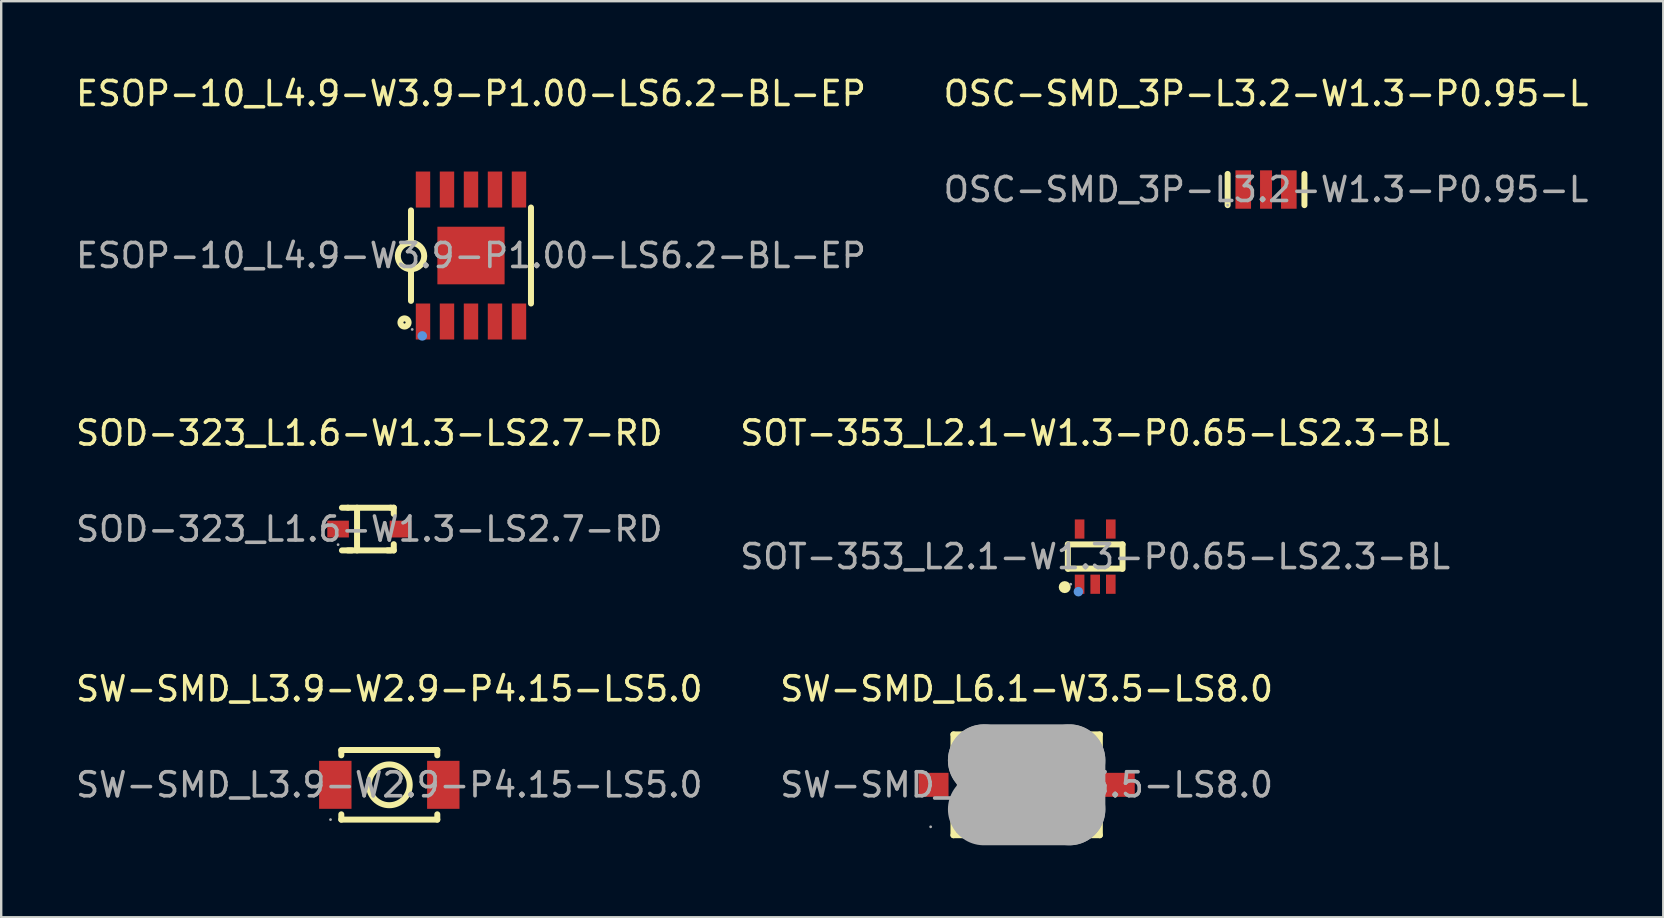
<source format=kicad_pcb>
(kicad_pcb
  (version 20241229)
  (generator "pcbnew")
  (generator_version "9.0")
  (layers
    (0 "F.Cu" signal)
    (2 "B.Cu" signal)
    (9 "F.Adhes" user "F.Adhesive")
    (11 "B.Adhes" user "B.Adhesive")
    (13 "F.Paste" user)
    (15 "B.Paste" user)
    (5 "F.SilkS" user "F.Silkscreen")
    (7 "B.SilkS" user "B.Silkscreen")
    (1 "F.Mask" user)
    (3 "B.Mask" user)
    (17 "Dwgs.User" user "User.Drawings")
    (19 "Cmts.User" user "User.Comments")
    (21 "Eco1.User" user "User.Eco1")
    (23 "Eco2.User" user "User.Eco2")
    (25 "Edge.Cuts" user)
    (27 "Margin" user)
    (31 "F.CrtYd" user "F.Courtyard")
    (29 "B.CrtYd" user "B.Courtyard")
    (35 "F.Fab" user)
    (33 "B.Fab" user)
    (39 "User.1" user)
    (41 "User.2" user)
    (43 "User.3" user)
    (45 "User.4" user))
  (footprint "SW-SMD_L3.9-W2.9-P4.15-LS5.0"
    (layer "F.Cu")
    (at 13.173 29.655)
    (property "Reference" "SW-SMD_L3.9-W2.9-P4.15-LS5.0" (at 0 -4 0) (layer "F.SilkS") (effects (font (size 1 1) (thickness 0.15))))
    (attr smd)
    (fp_line (start -2 -1.45) (end -2 -1.23) (stroke (width 0.25) (type solid)) (layer "F.SilkS"))
    (fp_line (start -2 -1.45) (end 2 -1.45) (stroke (width 0.25) (type solid)) (layer "F.SilkS"))
    (fp_line (start -2 1.23) (end -2 1.45) (stroke (width 0.25) (type solid)) (layer "F.SilkS"))
    (fp_line (start -2 1.45) (end 2 1.45) (stroke (width 0.25) (type solid)) (layer "F.SilkS"))
    (fp_line (start 2 -1.45) (end 2 -1.23) (stroke (width 0.25) (type solid)) (layer "F.SilkS"))
    (fp_line (start 2 1.23) (end 2 1.45) (stroke (width 0.25) (type solid)) (layer "F.SilkS"))
    (fp_circle (center 0 0) (end 0.85 0) (stroke (width 0.25) (type solid)) (fill no) (layer "F.SilkS"))
    (fp_circle (center -2.45 1.45) (end -2.42 1.45) (stroke (width 0.06) (type solid)) (fill no) (layer "F.Fab"))
    (fp_text user "${REFERENCE}" (at 0 0 0) (layer "F.Fab") (effects (font (size 1 1) (thickness 0.15))))
    (pad "1" smd rect (at -2.25 0) (size 1.35 2) (layers "F.Cu" "F.Mask" "F.Paste"))
    (pad "2" smd rect (at 2.25 0) (size 1.35 2) (layers "F.Cu" "F.Mask" "F.Paste")))
  (footprint "SOD-323_L1.6-W1.3-LS2.7-RD"
    (layer "F.Cu")
    (at 12.339 18.997)
    (property "Reference" "SOD-323_L1.6-W1.3-LS2.7-RD" (at 0 -4 0) (layer "F.SilkS") (effects (font (size 1 1) (thickness 0.15))))
    (attr smd)
    (fp_line (start -0.89 -0.89) (end -1.14 -0.89) (stroke (width 0.25) (type solid)) (layer "F.SilkS"))
    (fp_line (start -0.89 -0.89) (end 0.89 -0.89) (stroke (width 0.25) (type solid)) (layer "F.SilkS"))
    (fp_line (start -0.89 0.89) (end 0.89 0.89) (stroke (width 0.25) (type solid)) (layer "F.SilkS"))
    (fp_line (start -0.73 0.89) (end -1.14 0.89) (stroke (width 0.25) (type solid)) (layer "F.SilkS"))
    (fp_line (start -0.51 -0.89) (end -0.51 0.89) (stroke (width 0.25) (type solid)) (layer "F.SilkS"))
    (fp_line (start 0.76 0.89) (end 1.02 0.89) (stroke (width 0.25) (type solid)) (layer "F.SilkS"))
    (fp_line (start 0.89 -0.89) (end 1.02 -0.89) (stroke (width 0.25) (type solid)) (layer "F.SilkS"))
    (fp_line (start 1.02 -0.89) (end 1.02 -0.63) (stroke (width 0.25) (type solid)) (layer "F.SilkS"))
    (fp_line (start 1.02 0.89) (end 1.02 0.63) (stroke (width 0.25) (type solid)) (layer "F.SilkS"))
    (fp_circle (center -1.3 0.65) (end -1.27 0.65) (stroke (width 0.06) (type solid)) (fill no) (layer "F.Fab"))
    (fp_text user "${REFERENCE}" (at 0 0 0) (layer "F.Fab") (effects (font (size 1 1) (thickness 0.15))))
    (pad "1" smd rect (at -1.3 0) (size 0.9 0.7) (layers "F.Cu" "F.Mask" "F.Paste"))
    (pad "2" smd rect (at 1.3 0) (size 0.9 0.7) (layers "F.Cu" "F.Mask" "F.Paste")))
  (footprint "OSC-SMD_3P-L3.2-W1.3-P0.95-L"
    (layer "F.Cu")
    (at 49.708 4.848)
    (property "Reference" "OSC-SMD_3P-L3.2-W1.3-P0.95-L" (at 0 -4 0) (layer "F.SilkS") (effects (font (size 1 1) (thickness 0.15))))
    (attr smd)
    (fp_line (start -1.6 -0.65) (end -1.6 0.65) (stroke (width 0.25) (type solid)) (layer "F.SilkS"))
    (fp_line (start 1.6 0.65) (end 1.6 -0.65) (stroke (width 0.25) (type solid)) (layer "F.SilkS"))
    (fp_circle (center -1.6 0.65) (end -1.57 0.65) (stroke (width 0.06) (type solid)) (fill no) (layer "F.Fab"))
    (fp_text user "${REFERENCE}" (at 0 0 0) (layer "F.Fab") (effects (font (size 1 1) (thickness 0.15))))
    (pad "1" smd rect (at -0.95 0 90) (size 1.6 0.65) (layers "F.Cu" "F.Mask" "F.Paste"))
    (pad "2" smd rect (at 0 0 90) (size 1.6 0.5) (layers "F.Cu" "F.Mask" "F.Paste"))
    (pad "3" smd rect (at 0.95 0 90) (size 1.6 0.65) (layers "F.Cu" "F.Mask" "F.Paste")))
  (footprint "ESOP-10_L4.9-W3.9-P1.00-LS6.2-BL-EP"
    (layer "F.Cu")
    (at 16.577 7.598)
    (property "Reference" "ESOP-10_L4.9-W3.9-P1.00-LS6.2-BL-EP" (at 0 -6.75 0) (layer "F.SilkS") (effects (font (size 1 1) (thickness 0.15))))
    (attr smd)
    (fp_line (start -2.5 -0.52) (end -2.5 -1.88) (stroke (width 0.25) (type solid)) (layer "F.SilkS"))
    (fp_line (start -2.5 1.89) (end -2.5 0.57) (stroke (width 0.25) (type solid)) (layer "F.SilkS"))
    (fp_line (start 2.5 -2) (end 2.5 2) (stroke (width 0.25) (type solid)) (layer "F.SilkS"))
    (fp_arc (start -2.509599 0.569916) (mid -2.4952 -0.529979) (end -2.5 0.57) (stroke (width 0.25) (type solid)) (layer "F.SilkS"))
    (fp_circle (center -2.77 2.79) (end -2.6 2.79) (stroke (width 0.25) (type solid)) (fill no) (layer "F.SilkS"))
    (fp_circle (center -2.03 3.35) (end -1.93 3.35) (stroke (width 0.2) (type solid)) (fill no) (layer "Cmts.User"))
    (fp_circle (center -2.45 3.08) (end -2.42 3.08) (stroke (width 0.06) (type solid)) (fill no) (layer "F.Fab"))
    (fp_text user "${REFERENCE}" (at 0 0 0) (layer "F.Fab") (effects (font (size 1 1) (thickness 0.15))))
    (pad "1" smd rect (at -2 2.75) (size 0.6 1.5) (layers "F.Cu" "F.Mask" "F.Paste"))
    (pad "2" smd rect (at -1 2.75) (size 0.6 1.5) (layers "F.Cu" "F.Mask" "F.Paste"))
    (pad "3" smd rect (at 0 2.75) (size 0.6 1.5) (layers "F.Cu" "F.Mask" "F.Paste"))
    (pad "4" smd rect (at 1 2.75) (size 0.6 1.5) (layers "F.Cu" "F.Mask" "F.Paste"))
    (pad "5" smd rect (at 2 2.75) (size 0.6 1.5) (layers "F.Cu" "F.Mask" "F.Paste"))
    (pad "6" smd rect (at 2 -2.75) (size 0.6 1.5) (layers "F.Cu" "F.Mask" "F.Paste"))
    (pad "7" smd rect (at 1 -2.75) (size 0.6 1.5) (layers "F.Cu" "F.Mask" "F.Paste"))
    (pad "8" smd rect (at 0 -2.75) (size 0.6 1.5) (layers "F.Cu" "F.Mask" "F.Paste"))
    (pad "9" smd rect (at -1 -2.75) (size 0.6 1.5) (layers "F.Cu" "F.Mask" "F.Paste"))
    (pad "10" smd rect (at -2 -2.75) (size 0.6 1.5) (layers "F.Cu" "F.Mask" "F.Paste"))
    (pad "11" smd rect (at 0 0 180) (size 2.8 2.4) (layers "F.Cu" "F.Mask" "F.Paste")))
  (footprint "SW-SMD_L6.1-W3.5-LS8.0"
    (layer "F.Cu")
    (at 39.732 29.655)
    (property "Reference" "SW-SMD_L6.1-W3.5-LS8.0" (at 0 -4 0) (layer "F.SilkS") (effects (font (size 1 1) (thickness 0.15))))
    (attr smd)
    (fp_line (start -3.05 -2.1) (end -3.05 -0.61) (stroke (width 0.25) (type solid)) (layer "F.SilkS"))
    (fp_line (start -3.05 -2.1) (end 3.05 -2.1) (stroke (width 0.25) (type solid)) (layer "F.SilkS"))
    (fp_line (start -3.05 0.61) (end -3.05 2.1) (stroke (width 0.25) (type solid)) (layer "F.SilkS"))
    (fp_line (start -3.05 2.1) (end 3.05 2.1) (stroke (width 0.25) (type solid)) (layer "F.SilkS"))
    (fp_line (start 3.05 -2.1) (end 3.05 -0.61) (stroke (width 0.25) (type solid)) (layer "F.SilkS"))
    (fp_line (start 3.05 0.61) (end 3.05 2.1) (stroke (width 0.25) (type solid)) (layer "F.SilkS"))
    (fp_line (start -1.78 -1.02) (end -1.78 -1.02) (stroke (width 3) (type solid)) (layer "F.Fab"))
    (fp_line (start -1.78 -1.02) (end 1.78 -1.02) (stroke (width 3) (type solid)) (layer "F.Fab"))
    (fp_line (start 1.78 -1.02) (end 1.78 1.02) (stroke (width 3) (type solid)) (layer "F.Fab"))
    (fp_line (start 1.78 1.02) (end -1.78 1.02) (stroke (width 3) (type solid)) (layer "F.Fab"))
    (fp_circle (center -4 1.75) (end -3.97 1.75) (stroke (width 0.06) (type solid)) (fill no) (layer "F.Fab"))
    (fp_text user "${REFERENCE}" (at 0 0 0) (layer "F.Fab") (effects (font (size 1 1) (thickness 0.15))))
    (pad "1" smd rect (at -3.88 0 90) (size 1 1.25) (layers "F.Cu" "F.Mask" "F.Paste"))
    (pad "2" smd rect (at 3.88 0 90) (size 1 1.25) (layers "F.Cu" "F.Mask" "F.Paste")))
  (footprint "SOT-353_L2.1-W1.3-P0.65-LS2.3-BL"
    (layer "F.Cu")
    (at 42.589 20.146)
    (property "Reference" "SOT-353_L2.1-W1.3-P0.65-LS2.3-BL" (at 0 -5.15 0) (layer "F.SilkS") (effects (font (size 1 1) (thickness 0.15))))
    (attr smd)
    (fp_line (start -1.14 -0.51) (end -1.14 0.51) (stroke (width 0.25) (type solid)) (layer "F.SilkS"))
    (fp_line (start -1.1 0.5) (end 1.1 0.5) (stroke (width 0.25) (type solid)) (layer "F.SilkS"))
    (fp_line (start 1.14 -0.51) (end -1.14 -0.51) (stroke (width 0.25) (type solid)) (layer "F.SilkS"))
    (fp_line (start 1.14 0.51) (end 1.14 -0.51) (stroke (width 0.25) (type solid)) (layer "F.SilkS"))
    (fp_arc (start -1.27 1.27) (mid -1.27 1.27) (end -1.27 1.27) (stroke (width 0.25) (type solid)) (layer "F.SilkS"))
    (fp_circle (center -0.7 1.46) (end -0.6 1.46) (stroke (width 0.2) (type solid)) (fill no) (layer "Cmts.User"))
    (fp_circle (center -1.02 1.15) (end -0.99 1.15) (stroke (width 0.06) (type solid)) (fill no) (layer "F.Fab"))
    (fp_text user "${REFERENCE}" (at 0 0 0) (layer "F.Fab") (effects (font (size 1 1) (thickness 0.15))))
    (pad "1" smd rect (at -0.65 1.15) (size 0.4 0.8) (layers "F.Cu" "F.Mask" "F.Paste"))
    (pad "2" smd rect (at 0 1.15) (size 0.4 0.8) (layers "F.Cu" "F.Mask" "F.Paste"))
    (pad "3" smd rect (at 0.65 1.15) (size 0.4 0.8) (layers "F.Cu" "F.Mask" "F.Paste"))
    (pad "4" smd rect (at 0.65 -1.15) (size 0.4 0.8) (layers "F.Cu" "F.Mask" "F.Paste"))
    (pad "5" smd rect (at -0.65 -1.15) (size 0.4 0.8) (layers "F.Cu" "F.Mask" "F.Paste")))
  (gr_rect
    (start -3 -3)
    (end 66.262 35.175)
    (stroke (width 0.1) (type default))
    (fill no)
    (layer "Edge.Cuts")))
</source>
